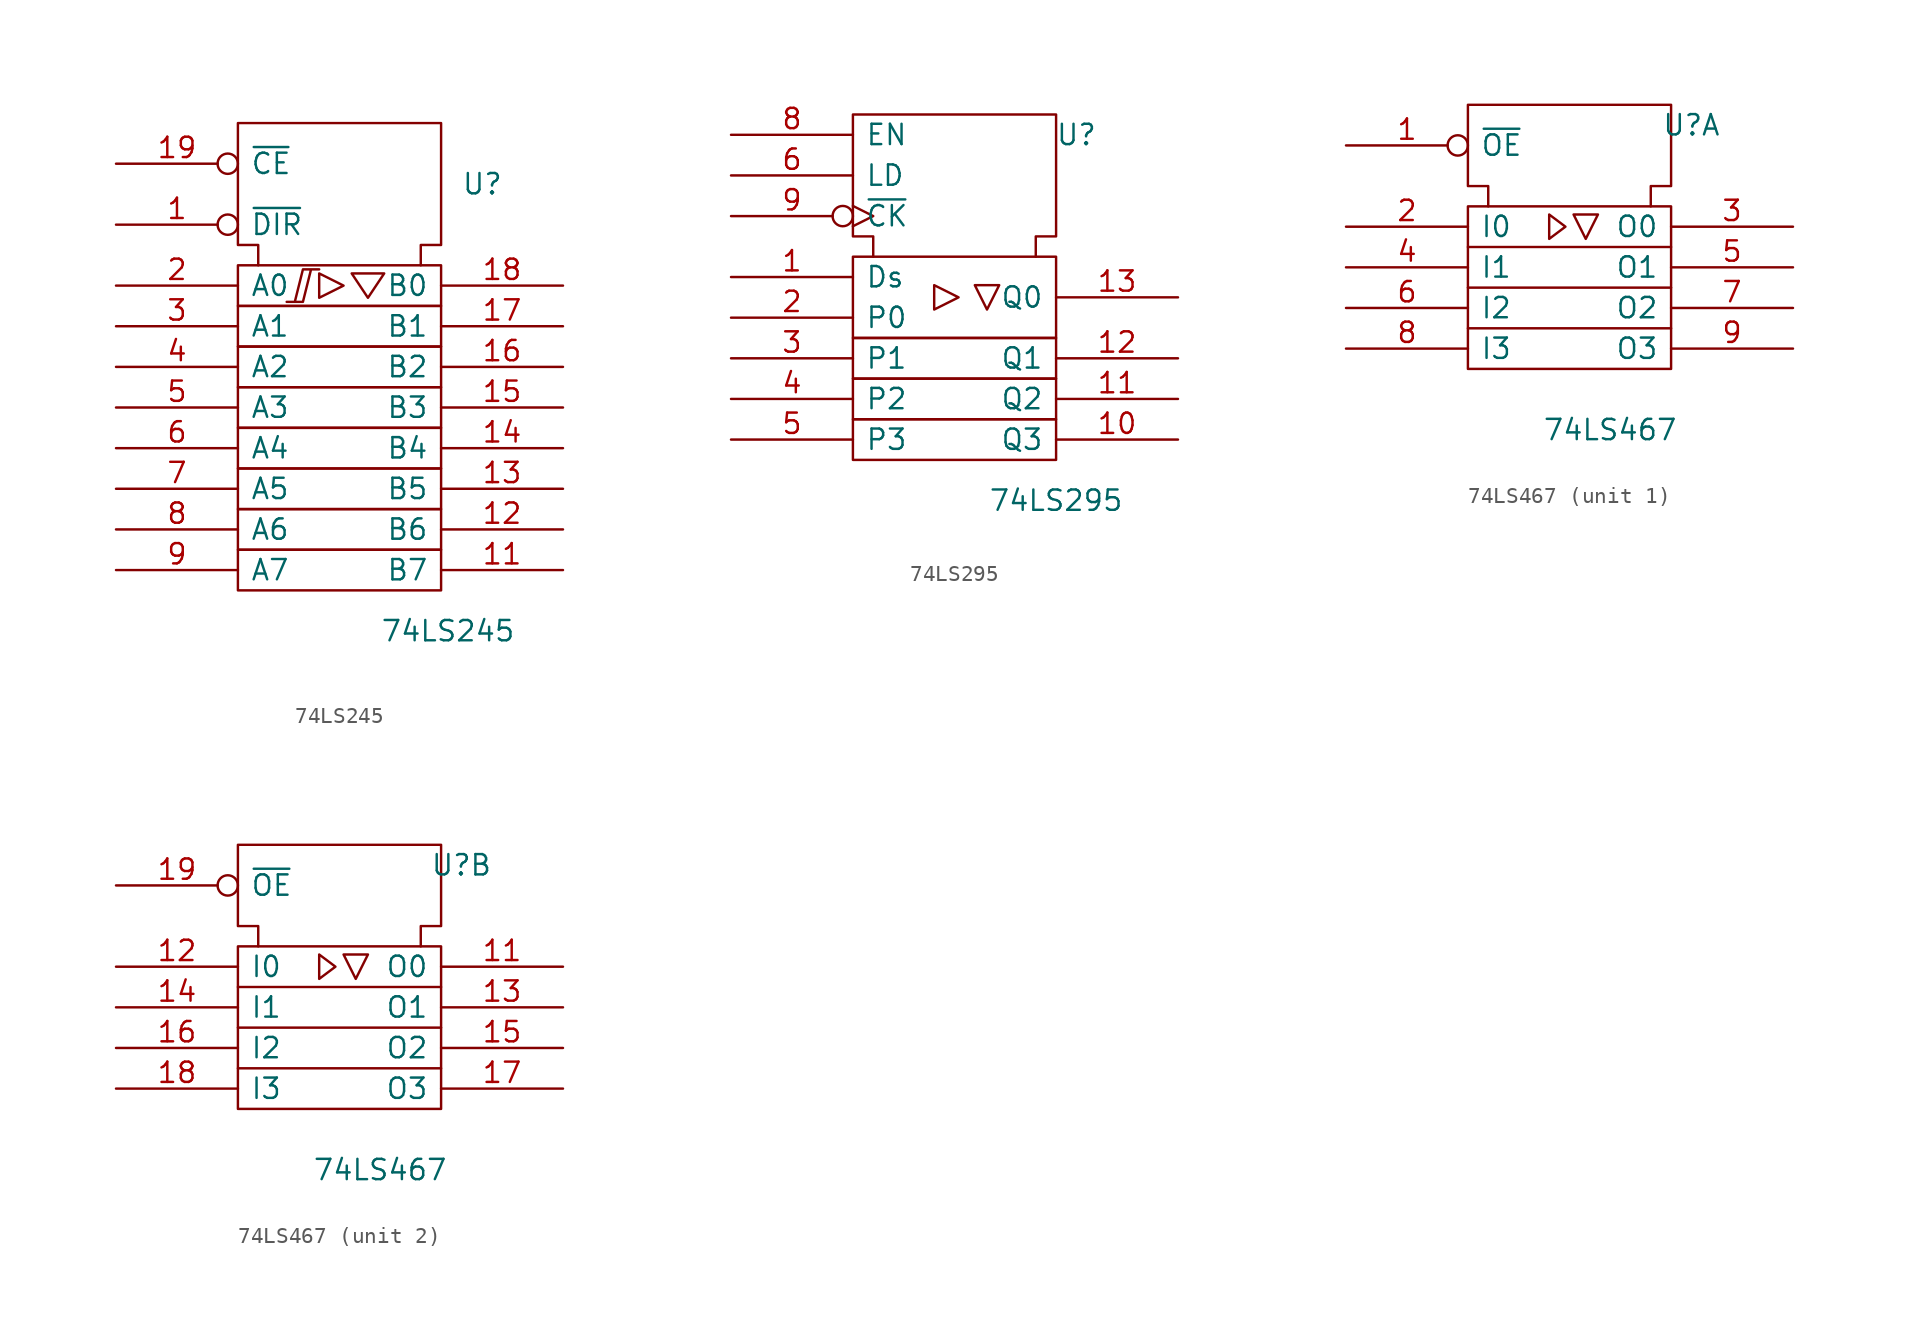
<source format=kicad_sym>
(kicad_symbol_lib
  (version 20200908)
  (generator kicad_symbol_editor)
  (symbol "74xx_IEEE:74LS245"
    (pin_names
      (offset 0.762))
    (property "Reference" "U"
      (at 7.62 12.7 0)
      (effects (font (size 1.27 1.27)) (justify left)))
    (property "Value" "74LS245"
      (at 2.54 -15.24 0)
      (effects (font (size 1.27 1.27)) (justify left)))
    (symbol "74LS245_0_1"
      (rectangle (start -6.35 -10.16) (end 6.35 -12.7) (stroke (width 0)) (fill (type none)))
      (rectangle (start -6.35 -7.62) (end 6.35 -10.16) (stroke (width 0)) (fill (type none)))
      (rectangle (start -6.35 -5.08) (end 6.35 -7.62) (stroke (width 0)) (fill (type none)))
      (rectangle (start -6.35 -2.54) (end 6.35 -5.08) (stroke (width 0)) (fill (type none)))
      (rectangle (start -6.35 0) (end 6.35 -2.54) (stroke (width 0)) (fill (type none)))
      (rectangle (start -6.35 2.54) (end 6.35 0) (stroke (width 0)) (fill (type none)))
      (rectangle (start -6.35 5.08) (end 6.35 2.54) (stroke (width 0)) (fill (type none)))
      (rectangle (start -6.35 7.62) (end 6.35 5.08) (stroke (width 0)) (fill (type none)))
      (polyline (pts (xy -5.08 7.62) (xy -5.08 8.89) (xy -6.35 8.89) (xy -6.35 16.51) (xy 6.35 16.51) (xy 6.35 8.89) (xy 5.08 8.89) (xy 5.08 7.62) (xy 5.08 7.62)) (stroke (width 0)) (fill (type none))))
    (symbol "74LS245_0_0"
      (polyline (pts (xy -1.27 7.112) (xy -1.27 5.588) (xy 0.254 6.35) (xy -1.27 7.112) (xy -1.27 7.112)) (stroke (width 0)) (fill (type none)))
      (polyline (pts (xy 0.762 7.112) (xy 2.794 7.112) (xy 1.778 5.588) (xy 0.762 7.112) (xy 0.762 7.112)) (stroke (width 0)) (fill (type none)))
      (polyline (pts (xy -3.302 5.334) (xy -2.286 5.334) (xy -1.778 7.366) (xy -1.27 7.366) (xy -2.286 7.366) (xy -2.794 5.334) (xy -2.794 5.334)) (stroke (width 0)) (fill (type none)))
      (pin power_in line (at 1.27 16.51 270) (length 0) hide (name "GND" (effects (font (size 1.27 1.27)))) (number "10" (effects (font (size 1.27 1.27)))))
      (pin power_in line (at 5.08 16.51 270) (length 0) hide (name "VCC" (effects (font (size 1.27 1.27)))) (number "20" (effects (font (size 1.27 1.27))))))
    (symbol "74LS245_1_1"
      (pin input inverted (at -13.97 10.16 0) (length 7.62) (name "~DIR" (effects (font (size 1.27 1.27)))) (number "1" (effects (font (size 1.27 1.27)))))
      (pin tri_state line (at 13.97 -11.43 180) (length 7.62) (name "B7" (effects (font (size 1.27 1.27)))) (number "11" (effects (font (size 1.27 1.27)))))
      (pin tri_state line (at 13.97 -8.89 180) (length 7.62) (name "B6" (effects (font (size 1.27 1.27)))) (number "12" (effects (font (size 1.27 1.27)))))
      (pin tri_state line (at 13.97 -6.35 180) (length 7.62) (name "B5" (effects (font (size 1.27 1.27)))) (number "13" (effects (font (size 1.27 1.27)))))
      (pin tri_state line (at 13.97 -3.81 180) (length 7.62) (name "B4" (effects (font (size 1.27 1.27)))) (number "14" (effects (font (size 1.27 1.27)))))
      (pin tri_state line (at 13.97 -1.27 180) (length 7.62) (name "B3" (effects (font (size 1.27 1.27)))) (number "15" (effects (font (size 1.27 1.27)))))
      (pin tri_state line (at 13.97 1.27 180) (length 7.62) (name "B2" (effects (font (size 1.27 1.27)))) (number "16" (effects (font (size 1.27 1.27)))))
      (pin tri_state line (at 13.97 3.81 180) (length 7.62) (name "B1" (effects (font (size 1.27 1.27)))) (number "17" (effects (font (size 1.27 1.27)))))
      (pin tri_state line (at 13.97 6.35 180) (length 7.62) (name "B0" (effects (font (size 1.27 1.27)))) (number "18" (effects (font (size 1.27 1.27)))))
      (pin input inverted (at -13.97 13.97 0) (length 7.62) (name "~CE" (effects (font (size 1.27 1.27)))) (number "19" (effects (font (size 1.27 1.27)))))
      (pin tri_state line (at -13.97 6.35 0) (length 7.62) (name "A0" (effects (font (size 1.27 1.27)))) (number "2" (effects (font (size 1.27 1.27)))))
      (pin tri_state line (at -13.97 3.81 0) (length 7.62) (name "A1" (effects (font (size 1.27 1.27)))) (number "3" (effects (font (size 1.27 1.27)))))
      (pin tri_state line (at -13.97 1.27 0) (length 7.62) (name "A2" (effects (font (size 1.27 1.27)))) (number "4" (effects (font (size 1.27 1.27)))))
      (pin tri_state line (at -13.97 -1.27 0) (length 7.62) (name "A3" (effects (font (size 1.27 1.27)))) (number "5" (effects (font (size 1.27 1.27)))))
      (pin tri_state line (at -13.97 -3.81 0) (length 7.62) (name "A4" (effects (font (size 1.27 1.27)))) (number "6" (effects (font (size 1.27 1.27)))))
      (pin tri_state line (at -13.97 -6.35 0) (length 7.62) (name "A5" (effects (font (size 1.27 1.27)))) (number "7" (effects (font (size 1.27 1.27)))))
      (pin tri_state line (at -13.97 -8.89 0) (length 7.62) (name "A6" (effects (font (size 1.27 1.27)))) (number "8" (effects (font (size 1.27 1.27)))))
      (pin tri_state line (at -13.97 -11.43 0) (length 7.62) (name "A7" (effects (font (size 1.27 1.27)))) (number "9" (effects (font (size 1.27 1.27)))))))
  (symbol "74xx_IEEE:74LS295"
    (pin_names
      (offset 0.762))
    (property "Reference" "U"
      (at 7.62 8.89 0)
      (effects (font (size 1.27 1.27))))
    (property "Value" "74LS295"
      (at 6.35 -13.97 0)
      (effects (font (size 1.27 1.27))))
    (symbol "74LS295_0_1"
      (rectangle (start -6.35 -8.89) (end 6.35 -11.43) (stroke (width 0)) (fill (type none)))
      (rectangle (start -6.35 -6.35) (end 6.35 -8.89) (stroke (width 0)) (fill (type none)))
      (rectangle (start -6.35 -3.81) (end 6.35 -6.35) (stroke (width 0)) (fill (type none)))
      (rectangle (start -6.35 1.27) (end 6.35 -3.81) (stroke (width 0)) (fill (type none)))
      (polyline (pts (xy -1.27 -0.508) (xy -1.27 -2.032) (xy 0.254 -1.27) (xy -1.27 -0.508) (xy -1.27 -0.508)) (stroke (width 0)) (fill (type none)))
      (polyline (pts (xy 2.794 -0.508) (xy 1.27 -0.508) (xy 2.032 -2.032) (xy 2.794 -0.508) (xy 2.794 -0.508)) (stroke (width 0)) (fill (type none)))
      (polyline (pts (xy -5.08 1.27) (xy -5.08 2.54) (xy -6.35 2.54) (xy -6.35 10.16) (xy 6.35 10.16) (xy 6.35 2.54) (xy 5.08 2.54) (xy 5.08 1.27) (xy 5.08 1.27)) (stroke (width 0)) (fill (type none))))
    (symbol "74LS295_0_0"
      (pin power_in line (at 3.81 10.16 270) (length 0) hide (name "VCC" (effects (font (size 1.27 1.27)))) (number "14" (effects (font (size 1.27 1.27)))))
      (pin power_in line (at 0 10.16 270) (length 0) hide (name "GND" (effects (font (size 1.27 1.27)))) (number "7" (effects (font (size 1.27 1.27))))))
    (symbol "74LS295_1_1"
      (pin input line (at -13.97 0 0) (length 7.62) (name "Ds" (effects (font (size 1.27 1.27)))) (number "1" (effects (font (size 1.27 1.27)))))
      (pin output line (at 13.97 -10.16 180) (length 7.62) (name "Q3" (effects (font (size 1.27 1.27)))) (number "10" (effects (font (size 1.27 1.27)))))
      (pin output line (at 13.97 -7.62 180) (length 7.62) (name "Q2" (effects (font (size 1.27 1.27)))) (number "11" (effects (font (size 1.27 1.27)))))
      (pin output line (at 13.97 -5.08 180) (length 7.62) (name "Q1" (effects (font (size 1.27 1.27)))) (number "12" (effects (font (size 1.27 1.27)))))
      (pin output line (at 13.97 -1.27 180) (length 7.62) (name "Q0" (effects (font (size 1.27 1.27)))) (number "13" (effects (font (size 1.27 1.27)))))
      (pin input line (at -13.97 -2.54 0) (length 7.62) (name "P0" (effects (font (size 1.27 1.27)))) (number "2" (effects (font (size 1.27 1.27)))))
      (pin input line (at -13.97 -5.08 0) (length 7.62) (name "P1" (effects (font (size 1.27 1.27)))) (number "3" (effects (font (size 1.27 1.27)))))
      (pin input line (at -13.97 -7.62 0) (length 7.62) (name "P2" (effects (font (size 1.27 1.27)))) (number "4" (effects (font (size 1.27 1.27)))))
      (pin input line (at -13.97 -10.16 0) (length 7.62) (name "P3" (effects (font (size 1.27 1.27)))) (number "5" (effects (font (size 1.27 1.27)))))
      (pin input line (at -13.97 6.35 0) (length 7.62) (name "LD" (effects (font (size 1.27 1.27)))) (number "6" (effects (font (size 1.27 1.27)))))
      (pin input line (at -13.97 8.89 0) (length 7.62) (name "EN" (effects (font (size 1.27 1.27)))) (number "8" (effects (font (size 1.27 1.27)))))
      (pin input inverted_clock (at -13.97 3.81 0) (length 7.62) (name "~CK" (effects (font (size 1.27 1.27)))) (number "9" (effects (font (size 1.27 1.27)))))))
  (symbol "74xx_IEEE:74LS467"
    (pin_names
      (offset 0.762))
    (property "Reference" "U"
      (at 7.62 8.89 0)
      (effects (font (size 1.27 1.27))))
    (property "Value" "74LS467"
      (at 2.54 -10.16 0)
      (effects (font (size 1.27 1.27))))
    (symbol "74LS467_0_1"
      (rectangle (start -6.35 3.81) (end 6.35 -6.35) (stroke (width 0)) (fill (type none)))
      (polyline (pts (xy -6.35 -1.27) (xy 6.35 -1.27) (xy 6.35 -1.27)) (stroke (width 0)) (fill (type none)))
      (polyline (pts (xy 6.35 -3.81) (xy -6.35 -3.81) (xy -6.35 -3.81)) (stroke (width 0)) (fill (type none)))
      (polyline (pts (xy 6.35 1.27) (xy -6.35 1.27) (xy -6.35 1.27)) (stroke (width 0)) (fill (type none)))
      (polyline (pts (xy -1.27 3.302) (xy -1.27 1.778) (xy -0.254 2.54) (xy -1.27 3.302) (xy -1.27 3.302)) (stroke (width 0)) (fill (type none)))
      (polyline (pts (xy -5.08 3.81) (xy -5.08 5.08) (xy -6.35 5.08) (xy -6.35 10.16) (xy 6.35 10.16) (xy 6.35 5.08) (xy 5.08 5.08) (xy 5.08 3.81) (xy 5.08 3.81)) (stroke (width 0)) (fill (type none))))
    (symbol "74LS467_0_0"
      (polyline (pts (xy 0.254 3.302) (xy 1.778 3.302) (xy 1.016 1.778) (xy 0.254 3.302) (xy 0.254 3.302)) (stroke (width 0)) (fill (type none)))
      (pin power_in line (at 1.27 10.16 270) (length 0) hide (name "GND" (effects (font (size 1.27 1.27)))) (number "10" (effects (font (size 1.27 1.27)))))
      (pin power_in line (at 5.08 10.16 270) (length 0) hide (name "VCC" (effects (font (size 1.27 1.27)))) (number "20" (effects (font (size 1.27 1.27))))))
    (symbol "74LS467_1_1"
      (pin input inverted (at -13.97 7.62 0) (length 7.62) (name "~OE" (effects (font (size 1.27 1.27)))) (number "1" (effects (font (size 1.27 1.27)))))
      (pin input line (at -13.97 2.54 0) (length 7.62) (name "I0" (effects (font (size 1.27 1.27)))) (number "2" (effects (font (size 1.27 1.27)))))
      (pin tri_state line (at 13.97 2.54 180) (length 7.62) (name "O0" (effects (font (size 1.27 1.27)))) (number "3" (effects (font (size 1.27 1.27)))))
      (pin input line (at -13.97 0 0) (length 7.62) (name "I1" (effects (font (size 1.27 1.27)))) (number "4" (effects (font (size 1.27 1.27)))))
      (pin tri_state line (at 13.97 0 180) (length 7.62) (name "O1" (effects (font (size 1.27 1.27)))) (number "5" (effects (font (size 1.27 1.27)))))
      (pin input line (at -13.97 -2.54 0) (length 7.62) (name "I2" (effects (font (size 1.27 1.27)))) (number "6" (effects (font (size 1.27 1.27)))))
      (pin tri_state line (at 13.97 -2.54 180) (length 7.62) (name "O2" (effects (font (size 1.27 1.27)))) (number "7" (effects (font (size 1.27 1.27)))))
      (pin input line (at -13.97 -5.08 0) (length 7.62) (name "I3" (effects (font (size 1.27 1.27)))) (number "8" (effects (font (size 1.27 1.27)))))
      (pin tri_state line (at 13.97 -5.08 180) (length 7.62) (name "O3" (effects (font (size 1.27 1.27)))) (number "9" (effects (font (size 1.27 1.27))))))
    (symbol "74LS467_2_1"
      (pin tri_state line (at 13.97 2.54 180) (length 7.62) (name "O0" (effects (font (size 1.27 1.27)))) (number "11" (effects (font (size 1.27 1.27)))))
      (pin input line (at -13.97 2.54 0) (length 7.62) (name "I0" (effects (font (size 1.27 1.27)))) (number "12" (effects (font (size 1.27 1.27)))))
      (pin tri_state line (at 13.97 0 180) (length 7.62) (name "O1" (effects (font (size 1.27 1.27)))) (number "13" (effects (font (size 1.27 1.27)))))
      (pin input line (at -13.97 0 0) (length 7.62) (name "I1" (effects (font (size 1.27 1.27)))) (number "14" (effects (font (size 1.27 1.27)))))
      (pin tri_state line (at 13.97 -2.54 180) (length 7.62) (name "O2" (effects (font (size 1.27 1.27)))) (number "15" (effects (font (size 1.27 1.27)))))
      (pin input line (at -13.97 -2.54 0) (length 7.62) (name "I2" (effects (font (size 1.27 1.27)))) (number "16" (effects (font (size 1.27 1.27)))))
      (pin tri_state line (at 13.97 -5.08 180) (length 7.62) (name "O3" (effects (font (size 1.27 1.27)))) (number "17" (effects (font (size 1.27 1.27)))))
      (pin input line (at -13.97 -5.08 0) (length 7.62) (name "I3" (effects (font (size 1.27 1.27)))) (number "18" (effects (font (size 1.27 1.27)))))
      (pin input inverted (at -13.97 7.62 0) (length 7.62) (name "~OE" (effects (font (size 1.27 1.27)))) (number "19" (effects (font (size 1.27 1.27))))))))
</source>
